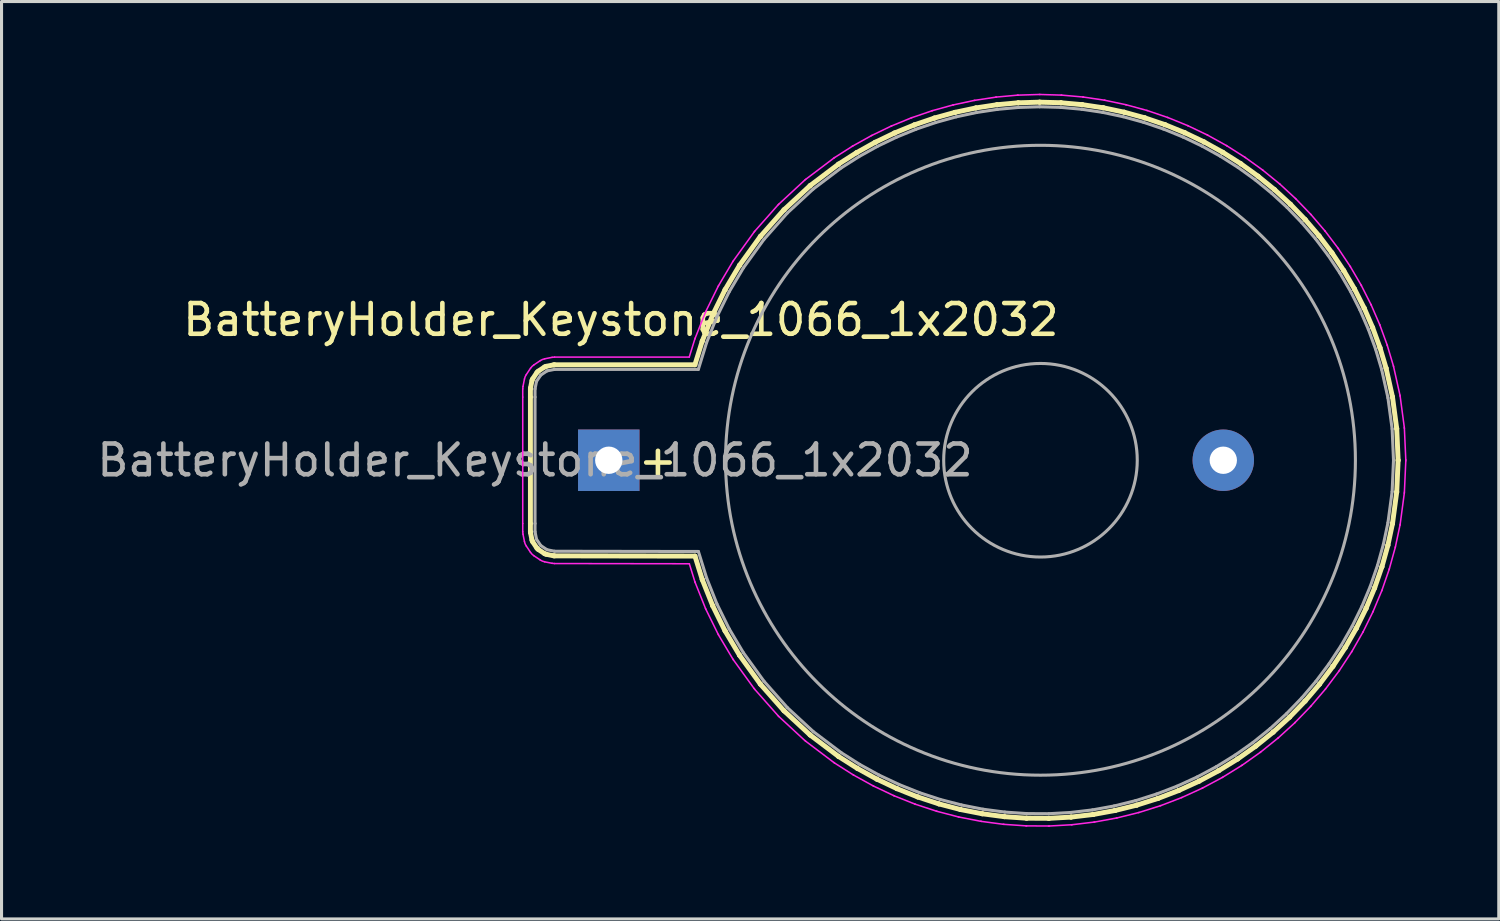
<source format=kicad_pcb>
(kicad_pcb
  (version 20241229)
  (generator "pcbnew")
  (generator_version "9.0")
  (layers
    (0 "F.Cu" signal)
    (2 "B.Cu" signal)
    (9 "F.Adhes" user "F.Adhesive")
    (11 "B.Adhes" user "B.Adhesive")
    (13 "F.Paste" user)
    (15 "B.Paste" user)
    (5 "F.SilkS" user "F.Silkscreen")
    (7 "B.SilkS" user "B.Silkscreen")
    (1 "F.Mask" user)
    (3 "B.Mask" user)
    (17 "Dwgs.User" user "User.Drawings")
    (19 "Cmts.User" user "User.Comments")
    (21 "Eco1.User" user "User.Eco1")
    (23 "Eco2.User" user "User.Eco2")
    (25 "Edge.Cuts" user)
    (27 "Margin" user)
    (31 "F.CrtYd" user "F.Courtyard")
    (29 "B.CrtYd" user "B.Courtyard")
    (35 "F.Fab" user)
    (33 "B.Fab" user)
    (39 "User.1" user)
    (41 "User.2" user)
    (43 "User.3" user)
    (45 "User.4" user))
  (footprint "BatteryHolder_Keystone_1066_1x2032"
    (layer "F.Cu")
    (at 14.363 11.929)
    (property "Reference" "BatteryHolder_Keystone_1066_1x2032" (at 2.794 -4.572 0) (layer "F.SilkS") (effects (font (size 1 1) (thickness 0.15))))
    (attr through_hole)
    (fp_line (start -0.15 -2.322) (end -0.15 -2.056) (stroke (width 0.16) (type solid)) (layer "F.SilkS"))
    (fp_line (start -0.15 -2.056) (end -0.15 2.059) (stroke (width 0.16) (type solid)) (layer "F.SilkS"))
    (fp_line (start -0.15 2.059) (end -0.15 2.327) (stroke (width 0.16) (type solid)) (layer "F.SilkS"))
    (fp_line (start -0.147 2.356) (end -0.099 2.599) (stroke (width 0.16) (type solid)) (layer "F.SilkS"))
    (fp_line (start -0.099 -2.595) (end -0.147 -2.352) (stroke (width 0.16) (type solid)) (layer "F.SilkS"))
    (fp_line (start -0.077 2.653) (end 0.061 2.859) (stroke (width 0.16) (type solid)) (layer "F.SilkS"))
    (fp_line (start 0.061 -2.855) (end -0.076 -2.649) (stroke (width 0.16) (type solid)) (layer "F.SilkS"))
    (fp_line (start 0.102 2.9) (end 0.308 3.038) (stroke (width 0.16) (type solid)) (layer "F.SilkS"))
    (fp_line (start 0.309 -3.034) (end 0.103 -2.896) (stroke (width 0.16) (type solid)) (layer "F.SilkS"))
    (fp_line (start 0.362 3.06) (end 0.604 3.109) (stroke (width 0.16) (type solid)) (layer "F.SilkS"))
    (fp_line (start 0.606 -3.104) (end 0.363 -3.056) (stroke (width 0.16) (type solid)) (layer "F.SilkS"))
    (fp_line (start 0.634 3.112) (end 5.206 3.12) (stroke (width 0.16) (type solid)) (layer "F.SilkS"))
    (fp_line (start 5.204 -3.107) (end 0.635 -3.107) (stroke (width 0.16) (type solid)) (layer "F.SilkS"))
    (fp_line (start 5.206 3.12) (end 5.441 3.879) (stroke (width 0.16) (type solid)) (layer "F.SilkS"))
    (fp_line (start 5.439 -3.868) (end 5.204 -3.107) (stroke (width 0.16) (type solid)) (layer "F.SilkS"))
    (fp_line (start 5.445 3.89) (end 5.78 4.73) (stroke (width 0.16) (type solid)) (layer "F.SilkS"))
    (fp_line (start 5.778 -4.722) (end 5.443 -3.879) (stroke (width 0.16) (type solid)) (layer "F.SilkS"))
    (fp_line (start 5.785 4.741) (end 6.184 5.553) (stroke (width 0.16) (type solid)) (layer "F.SilkS"))
    (fp_line (start 6.183 -5.547) (end 5.783 -4.733) (stroke (width 0.16) (type solid)) (layer "F.SilkS"))
    (fp_line (start 6.19 5.563) (end 6.652 6.341) (stroke (width 0.16) (type solid)) (layer "F.SilkS"))
    (fp_line (start 6.652 -6.337) (end 6.189 -5.557) (stroke (width 0.16) (type solid)) (layer "F.SilkS"))
    (fp_line (start 6.659 6.352) (end 7.329 7.28) (stroke (width 0.16) (type solid)) (layer "F.SilkS"))
    (fp_line (start 7.329 -7.276) (end 6.659 -6.348) (stroke (width 0.16) (type solid)) (layer "F.SilkS"))
    (fp_line (start 7.339 7.292) (end 8.097 8.148) (stroke (width 0.16) (type solid)) (layer "F.SilkS"))
    (fp_line (start 8.097 -8.145) (end 7.339 -7.288) (stroke (width 0.16) (type solid)) (layer "F.SilkS"))
    (fp_line (start 8.108 8.159) (end 8.948 8.936) (stroke (width 0.16) (type solid)) (layer "F.SilkS"))
    (fp_line (start 8.948 -8.933) (end 8.108 -8.155) (stroke (width 0.16) (type solid)) (layer "F.SilkS"))
    (fp_line (start 8.959 8.946) (end 9.873 9.636) (stroke (width 0.16) (type solid)) (layer "F.SilkS"))
    (fp_line (start 9.873 -9.632) (end 8.959 -8.942) (stroke (width 0.16) (type solid)) (layer "F.SilkS"))
    (fp_line (start 9.883 9.643) (end 10.487 10.027) (stroke (width 0.16) (type solid)) (layer "F.SilkS"))
    (fp_line (start 10.461 -10.008) (end 9.882 -9.639) (stroke (width 0.16) (type solid)) (layer "F.SilkS"))
    (fp_line (start 10.495 10.031) (end 11.121 10.377) (stroke (width 0.16) (type solid)) (layer "F.SilkS"))
    (fp_line (start 11.068 -10.346) (end 10.469 -10.012) (stroke (width 0.16) (type solid)) (layer "F.SilkS"))
    (fp_line (start 11.13 10.381) (end 11.777 10.687) (stroke (width 0.16) (type solid)) (layer "F.SilkS"))
    (fp_line (start 11.694 -10.647) (end 11.076 -10.35) (stroke (width 0.16) (type solid)) (layer "F.SilkS"))
    (fp_line (start 11.785 10.691) (end 12.45 10.956) (stroke (width 0.16) (type solid)) (layer "F.SilkS"))
    (fp_line (start 12.337 -10.911) (end 11.702 -10.651) (stroke (width 0.16) (type solid)) (layer "F.SilkS"))
    (fp_line (start 12.459 10.959) (end 13.138 11.182) (stroke (width 0.16) (type solid)) (layer "F.SilkS"))
    (fp_line (start 12.995 -11.135) (end 12.345 -10.914) (stroke (width 0.16) (type solid)) (layer "F.SilkS"))
    (fp_line (start 13.147 11.185) (end 13.84 11.366) (stroke (width 0.16) (type solid)) (layer "F.SilkS"))
    (fp_line (start 13.664 -11.321) (end 13.003 -11.138) (stroke (width 0.16) (type solid)) (layer "F.SilkS"))
    (fp_line (start 13.849 11.368) (end 14.551 11.505) (stroke (width 0.16) (type solid)) (layer "F.SilkS"))
    (fp_line (start 14.344 -11.465) (end 13.673 -11.323) (stroke (width 0.16) (type solid)) (layer "F.SilkS"))
    (fp_line (start 14.56 11.506) (end 15.27 11.6) (stroke (width 0.16) (type solid)) (layer "F.SilkS"))
    (fp_line (start 15.031 -11.57) (end 14.353 -11.467) (stroke (width 0.16) (type solid)) (layer "F.SilkS"))
    (fp_line (start 15.279 11.601) (end 15.993 11.65) (stroke (width 0.16) (type solid)) (layer "F.SilkS"))
    (fp_line (start 15.723 -11.633) (end 15.04 -11.571) (stroke (width 0.16) (type solid)) (layer "F.SilkS"))
    (fp_line (start 16.002 11.65) (end 16.718 11.654) (stroke (width 0.16) (type solid)) (layer "F.SilkS"))
    (fp_line (start 16.418 -11.654) (end 15.732 -11.633) (stroke (width 0.16) (type solid)) (layer "F.SilkS"))
    (fp_line (start 16.727 11.654) (end 17.442 11.614) (stroke (width 0.16) (type solid)) (layer "F.SilkS"))
    (fp_line (start 17.112 -11.635) (end 16.426 -11.654) (stroke (width 0.16) (type solid)) (layer "F.SilkS"))
    (fp_line (start 17.451 11.613) (end 18.162 11.529) (stroke (width 0.16) (type solid)) (layer "F.SilkS"))
    (fp_line (start 17.804 -11.573) (end 17.121 -11.634) (stroke (width 0.16) (type solid)) (layer "F.SilkS"))
    (fp_line (start 18.171 11.528) (end 18.875 11.399) (stroke (width 0.16) (type solid)) (layer "F.SilkS"))
    (fp_line (start 18.492 -11.471) (end 17.813 -11.572) (stroke (width 0.16) (type solid)) (layer "F.SilkS"))
    (fp_line (start 18.884 11.397) (end 19.579 11.226) (stroke (width 0.16) (type solid)) (layer "F.SilkS"))
    (fp_line (start 19.172 -11.328) (end 18.5 -11.47) (stroke (width 0.16) (type solid)) (layer "F.SilkS"))
    (fp_line (start 19.588 11.223) (end 20.27 11.008) (stroke (width 0.16) (type solid)) (layer "F.SilkS"))
    (fp_line (start 19.842 -11.145) (end 19.18 -11.326) (stroke (width 0.16) (type solid)) (layer "F.SilkS"))
    (fp_line (start 20.279 11.005) (end 20.947 10.749) (stroke (width 0.16) (type solid)) (layer "F.SilkS"))
    (fp_line (start 20.5 -10.922) (end 19.85 -11.142) (stroke (width 0.16) (type solid)) (layer "F.SilkS"))
    (fp_line (start 20.956 10.745) (end 21.607 10.447) (stroke (width 0.16) (type solid)) (layer "F.SilkS"))
    (fp_line (start 21.144 -10.66) (end 20.508 -10.919) (stroke (width 0.16) (type solid)) (layer "F.SilkS"))
    (fp_line (start 21.615 10.443) (end 22.246 10.106) (stroke (width 0.16) (type solid)) (layer "F.SilkS"))
    (fp_line (start 21.771 -10.361) (end 21.152 -10.657) (stroke (width 0.16) (type solid)) (layer "F.SilkS"))
    (fp_line (start 22.254 10.101) (end 22.863 9.725) (stroke (width 0.16) (type solid)) (layer "F.SilkS"))
    (fp_line (start 22.379 -10.024) (end 21.779 -10.357) (stroke (width 0.16) (type solid)) (layer "F.SilkS"))
    (fp_line (start 22.871 9.72) (end 23.455 9.306) (stroke (width 0.16) (type solid)) (layer "F.SilkS"))
    (fp_line (start 22.966 -9.652) (end 22.386 -10.02) (stroke (width 0.16) (type solid)) (layer "F.SilkS"))
    (fp_line (start 23.462 9.301) (end 24.02 8.852) (stroke (width 0.16) (type solid)) (layer "F.SilkS"))
    (fp_line (start 23.529 -9.246) (end 22.973 -9.647) (stroke (width 0.16) (type solid)) (layer "F.SilkS"))
    (fp_line (start 24.027 8.846) (end 24.555 8.363) (stroke (width 0.16) (type solid)) (layer "F.SilkS"))
    (fp_line (start 24.068 -8.807) (end 23.536 -9.24) (stroke (width 0.16) (type solid)) (layer "F.SilkS"))
    (fp_line (start 24.562 8.357) (end 25.059 7.842) (stroke (width 0.16) (type solid)) (layer "F.SilkS"))
    (fp_line (start 24.579 -8.336) (end 24.074 -8.801) (stroke (width 0.16) (type solid)) (layer "F.SilkS"))
    (fp_line (start 25.061 -7.836) (end 24.585 -8.33) (stroke (width 0.16) (type solid)) (layer "F.SilkS"))
    (fp_line (start 25.065 7.835) (end 25.53 7.291) (stroke (width 0.16) (type solid)) (layer "F.SilkS"))
    (fp_line (start 25.513 -7.308) (end 25.067 -7.829) (stroke (width 0.16) (type solid)) (layer "F.SilkS"))
    (fp_line (start 25.536 7.283) (end 25.965 6.711) (stroke (width 0.16) (type solid)) (layer "F.SilkS"))
    (fp_line (start 25.933 -6.754) (end 25.519 -7.301) (stroke (width 0.16) (type solid)) (layer "F.SilkS"))
    (fp_line (start 25.971 6.704) (end 26.364 6.106) (stroke (width 0.16) (type solid)) (layer "F.SilkS"))
    (fp_line (start 26.318 -6.176) (end 25.938 -6.747) (stroke (width 0.16) (type solid)) (layer "F.SilkS"))
    (fp_line (start 26.369 6.098) (end 26.724 5.477) (stroke (width 0.16) (type solid)) (layer "F.SilkS"))
    (fp_line (start 26.669 -5.576) (end 26.323 -6.168) (stroke (width 0.16) (type solid)) (layer "F.SilkS"))
    (fp_line (start 26.729 5.468) (end 27.045 4.826) (stroke (width 0.16) (type solid)) (layer "F.SilkS"))
    (fp_line (start 26.983 -4.956) (end 26.673 -5.568) (stroke (width 0.16) (type solid)) (layer "F.SilkS"))
    (fp_line (start 27.048 4.818) (end 27.324 4.157) (stroke (width 0.16) (type solid)) (layer "F.SilkS"))
    (fp_line (start 27.26 -4.319) (end 26.987 -4.948) (stroke (width 0.16) (type solid)) (layer "F.SilkS"))
    (fp_line (start 27.327 4.149) (end 27.561 3.472) (stroke (width 0.16) (type solid)) (layer "F.SilkS"))
    (fp_line (start 27.498 -3.666) (end 27.263 -4.31) (stroke (width 0.16) (type solid)) (layer "F.SilkS"))
    (fp_line (start 27.564 3.464) (end 27.755 2.774) (stroke (width 0.16) (type solid)) (layer "F.SilkS"))
    (fp_line (start 27.697 -3) (end 27.501 -3.657) (stroke (width 0.16) (type solid)) (layer "F.SilkS"))
    (fp_line (start 27.758 2.765) (end 27.906 2.065) (stroke (width 0.16) (type solid)) (layer "F.SilkS"))
    (fp_line (start 27.906 -2.063) (end 27.699 -2.99) (stroke (width 0.16) (type solid)) (layer "F.SilkS"))
    (fp_line (start 27.908 2.054) (end 28.043 1.042) (stroke (width 0.16) (type solid)) (layer "F.SilkS"))
    (fp_line (start 28.043 -1.038) (end 27.908 -2.05) (stroke (width 0.16) (type solid)) (layer "F.SilkS"))
    (fp_line (start 28.045 1.028) (end 28.09 0.008) (stroke (width 0.16) (type solid)) (layer "F.SilkS"))
    (fp_line (start 28.09 -0.005) (end 28.045 -1.025) (stroke (width 0.16) (type solid)) (layer "F.SilkS"))
    (fp_arc (start -0.150028 -2.322745) (mid -0.149233 -2.337447) (end -0.147 -2.352) (stroke (width 0.16) (type solid)) (layer "F.SilkS"))
    (fp_arc (start -0.147124 2.356233) (mid -0.149279 2.341687) (end -0.15 2.327) (stroke (width 0.16) (type solid)) (layer "F.SilkS"))
    (fp_arc (start -0.098706 -2.595153) (mid -0.090005 -2.623195) (end -0.076 -2.649) (stroke (width 0.16) (type solid)) (layer "F.SilkS"))
    (fp_arc (start -0.076747 2.652995) (mid -0.09053 2.627092) (end -0.099 2.599) (stroke (width 0.16) (type solid)) (layer "F.SilkS"))
    (fp_arc (start 0.061483 -2.854722) (mid 0.080209 -2.877405) (end 0.103 -2.896) (stroke (width 0.16) (type solid)) (layer "F.SilkS"))
    (fp_arc (start 0.102226 2.900482) (mid 0.079573 2.881769) (end 0.061 2.859) (stroke (width 0.16) (type solid)) (layer "F.SilkS"))
    (fp_arc (start 0.308953 -3.033712) (mid 0.334879 -3.047517) (end 0.363 -3.056) (stroke (width 0.16) (type solid)) (layer "F.SilkS"))
    (fp_arc (start 0.362092 3.060236) (mid 0.333952 3.051779) (end 0.308 3.038) (stroke (width 0.16) (type solid)) (layer "F.SilkS"))
    (fp_arc (start 0.605736 -3.104118) (mid 0.620297 -3.106278) (end 0.635 -3.107) (stroke (width 0.16) (type solid)) (layer "F.SilkS"))
    (fp_arc (start 0.633223 3.112028) (mid 0.618537 3.111231) (end 0.604 3.109) (stroke (width 0.16) (type solid)) (layer "F.SilkS"))
    (fp_arc (start 5.439099 -3.86788) (mid 5.44094 -3.873479) (end 5.443 -3.879) (stroke (width 0.16) (type solid)) (layer "F.SilkS"))
    (fp_arc (start 5.44498 3.890174) (mid 5.44288 3.884626) (end 5.441 3.879) (stroke (width 0.16) (type solid)) (layer "F.SilkS"))
    (fp_arc (start 5.778217 -4.722239) (mid 5.780502 -4.727667) (end 5.783 -4.733) (stroke (width 0.16) (type solid)) (layer "F.SilkS"))
    (fp_arc (start 5.784751 4.74075) (mid 5.78227 4.735422) (end 5.78 4.73) (stroke (width 0.16) (type solid)) (layer "F.SilkS"))
    (fp_arc (start 6.183414 -5.546602) (mid 6.186104 -5.551856) (end 6.189 -5.557) (stroke (width 0.16) (type solid)) (layer "F.SilkS"))
    (fp_arc (start 6.189681 5.563399) (mid 6.186738 5.558255) (end 6.184 5.553) (stroke (width 0.16) (type solid)) (layer "F.SilkS"))
    (fp_arc (start 6.651647 -6.336784) (mid 6.655198 -6.342474) (end 6.659 -6.348) (stroke (width 0.16) (type solid)) (layer "F.SilkS"))
    (fp_arc (start 6.659362 6.352171) (mid 6.655557 6.346667) (end 6.652 6.341) (stroke (width 0.16) (type solid)) (layer "F.SilkS"))
    (fp_arc (start 7.329619 -7.276378) (mid 7.334165 -7.282306) (end 7.339 -7.288) (stroke (width 0.16) (type solid)) (layer "F.SilkS"))
    (fp_arc (start 7.338347 7.291686) (mid 7.333528 7.285959) (end 7.329 7.28) (stroke (width 0.16) (type solid)) (layer "F.SilkS"))
    (fp_arc (start 8.097576 -8.144322) (mid 8.102655 -8.149791) (end 8.108 -8.155) (stroke (width 0.16) (type solid)) (layer "F.SilkS"))
    (fp_arc (start 8.107395 8.158737) (mid 8.102064 8.153498) (end 8.097 8.148) (stroke (width 0.16) (type solid)) (layer "F.SilkS"))
    (fp_arc (start 8.947627 -8.93237) (mid 8.953194 -8.937327) (end 8.959 -8.942) (stroke (width 0.16) (type solid)) (layer "F.SilkS"))
    (fp_arc (start 8.959434 8.94559) (mid 8.953598 8.940937) (end 8.948 8.936) (stroke (width 0.16) (type solid)) (layer "F.SilkS"))
    (fp_arc (start 9.872241 -9.632163) (mid 9.877052 -9.635679) (end 9.882 -9.639) (stroke (width 0.16) (type solid)) (layer "F.SilkS"))
    (fp_arc (start 9.882987 9.642877) (mid 9.877924 9.639539) (end 9.873 9.636) (stroke (width 0.16) (type solid)) (layer "F.SilkS"))
    (fp_arc (start 10.461324 -10.007418) (mid 10.465128 -10.009766) (end 10.469 -10.012) (stroke (width 0.16) (type solid)) (layer "F.SilkS"))
    (fp_arc (start 10.495049 10.031727) (mid 10.490988 10.029426) (end 10.487 10.027) (stroke (width 0.16) (type solid)) (layer "F.SilkS"))
    (fp_arc (start 11.068071 -10.345887) (mid 11.072005 -10.348003) (end 11.076 -10.35) (stroke (width 0.16) (type solid)) (layer "F.SilkS"))
    (fp_arc (start 11.129285 10.381285) (mid 11.125109 10.379207) (end 11.121 10.377) (stroke (width 0.16) (type solid)) (layer "F.SilkS"))
    (fp_arc (start 11.693819 -10.647357) (mid 11.697882 -10.64924) (end 11.702 -10.651) (stroke (width 0.16) (type solid)) (layer "F.SilkS"))
    (fp_arc (start 11.785578 10.690715) (mid 11.78126 10.688924) (end 11.777 10.687) (stroke (width 0.16) (type solid)) (layer "F.SilkS"))
    (fp_arc (start 12.336626 -10.910828) (mid 12.340789 -10.912476) (end 12.345 -10.914) (stroke (width 0.16) (type solid)) (layer "F.SilkS"))
    (fp_arc (start 12.458747 10.95915) (mid 12.454349 10.957643) (end 12.45 10.956) (stroke (width 0.16) (type solid)) (layer "F.SilkS"))
    (fp_arc (start 12.994431 -11.135359) (mid 12.998696 -11.136743) (end 13.003 -11.138) (stroke (width 0.16) (type solid)) (layer "F.SilkS"))
    (fp_arc (start 13.146918 11.184647) (mid 13.142438 11.183393) (end 13.138 11.182) (stroke (width 0.16) (type solid)) (layer "F.SilkS"))
    (fp_arc (start 13.664296 -11.320892) (mid 13.668632 -11.322011) (end 13.673 -11.323) (stroke (width 0.16) (type solid)) (layer "F.SilkS"))
    (fp_arc (start 13.849149 11.36808) (mid 13.844558 11.367111) (end 13.84 11.366) (stroke (width 0.16) (type solid)) (layer "F.SilkS"))
    (fp_arc (start 14.34422 -11.465426) (mid 14.348598 -11.466278) (end 14.353 -11.467) (stroke (width 0.16) (type solid)) (layer "F.SilkS"))
    (fp_arc (start 14.560194 11.506518) (mid 14.555585 11.50583) (end 14.551 11.505) (stroke (width 0.16) (type solid)) (layer "F.SilkS"))
    (fp_arc (start 15.031085 -11.569959) (mid 15.035535 -11.570546) (end 15.04 -11.571) (stroke (width 0.16) (type solid)) (layer "F.SilkS"))
    (fp_arc (start 15.279299 11.600893) (mid 15.274643 11.600519) (end 15.27 11.6) (stroke (width 0.16) (type solid)) (layer "F.SilkS"))
    (fp_arc (start 15.723071 -11.632436) (mid 15.727531 -11.632785) (end 15.732 -11.633) (stroke (width 0.16) (type solid)) (layer "F.SilkS"))
    (fp_arc (start 16.002344 11.650332) (mid 15.997669 11.650239) (end 15.993 11.65) (stroke (width 0.16) (type solid)) (layer "F.SilkS"))
    (fp_arc (start 16.417055 -11.653972) (mid 16.421527 -11.654053) (end 16.426 -11.654) (stroke (width 0.16) (type solid)) (layer "F.SilkS"))
    (fp_arc (start 16.727326 11.653772) (mid 16.722665 11.653958) (end 16.718 11.654) (stroke (width 0.16) (type solid)) (layer "F.SilkS"))
    (fp_arc (start 17.112099 -11.63451) (mid 17.116553 -11.634321) (end 17.121 -11.634) (stroke (width 0.16) (type solid)) (layer "F.SilkS"))
    (fp_arc (start 17.451309 11.613213) (mid 17.446661 11.613679) (end 17.442 11.614) (stroke (width 0.16) (type solid)) (layer "F.SilkS"))
    (fp_arc (start 17.804142 -11.573048) (mid 17.808579 -11.57259) (end 17.813 -11.572) (stroke (width 0.16) (type solid)) (layer "F.SilkS"))
    (fp_arc (start 18.171228 11.527593) (mid 18.166625 11.528368) (end 18.162 11.529) (stroke (width 0.16) (type solid)) (layer "F.SilkS"))
    (fp_arc (start 18.491188 -11.471526) (mid 18.495605 -11.470829) (end 18.5 -11.47) (stroke (width 0.16) (type solid)) (layer "F.SilkS"))
    (fp_arc (start 18.884086 11.397037) (mid 18.879558 11.398089) (end 18.875 11.399) (stroke (width 0.16) (type solid)) (layer "F.SilkS"))
    (fp_arc (start 19.171291 -11.328066) (mid 19.175661 -11.327098) (end 19.18 -11.326) (stroke (width 0.16) (type solid)) (layer "F.SilkS"))
    (fp_arc (start 19.588006 11.22348) (mid 19.583523 11.22481) (end 19.579 11.226) (stroke (width 0.16) (type solid)) (layer "F.SilkS"))
    (fp_arc (start 19.841454 -11.144608) (mid 19.845746 -11.143368) (end 19.85 -11.142) (stroke (width 0.16) (type solid)) (layer "F.SilkS"))
    (fp_arc (start 20.278802 11.004926) (mid 20.274425 11.006531) (end 20.27 11.008) (stroke (width 0.16) (type solid)) (layer "F.SilkS"))
    (fp_arc (start 20.499618 -10.92209) (mid 20.503832 -10.920608) (end 20.508 -10.919) (stroke (width 0.16) (type solid)) (layer "F.SilkS"))
    (fp_arc (start 20.955598 10.745372) (mid 20.951327 10.747253) (end 20.947 10.749) (stroke (width 0.16) (type solid)) (layer "F.SilkS"))
    (fp_arc (start 21.143781 -10.660631) (mid 21.147917 -10.658877) (end 21.152 -10.657) (stroke (width 0.16) (type solid)) (layer "F.SilkS"))
    (fp_arc (start 21.615332 10.442821) (mid 21.611199 10.444975) (end 21.607 10.447) (stroke (width 0.16) (type solid)) (layer "F.SilkS"))
    (fp_arc (start 21.771005 -10.361115) (mid 21.775033 -10.359117) (end 21.779 -10.357) (stroke (width 0.16) (type solid)) (layer "F.SilkS"))
    (fp_arc (start 22.25413 10.101329) (mid 22.250101 10.103728) (end 22.246 10.106) (stroke (width 0.16) (type solid)) (layer "F.SilkS"))
    (fp_arc (start 22.378291 -10.024541) (mid 22.382179 -10.022328) (end 22.386 -10.02) (stroke (width 0.16) (type solid)) (layer "F.SilkS"))
    (fp_arc (start 22.870804 9.719842) (mid 22.866942 9.722482) (end 22.863 9.725) (stroke (width 0.16) (type solid)) (layer "F.SilkS"))
    (fp_arc (start 22.965634 -9.652029) (mid 22.969355 -9.64957) (end 22.973 -9.647) (stroke (width 0.16) (type solid)) (layer "F.SilkS"))
    (fp_arc (start 23.462416 9.300356) (mid 23.458752 9.303236) (end 23.455 9.306) (stroke (width 0.16) (type solid)) (layer "F.SilkS"))
    (fp_arc (start 23.528919 -9.245454) (mid 23.5325 -9.24278) (end 23.536 -9.24) (stroke (width 0.16) (type solid)) (layer "F.SilkS"))
    (fp_arc (start 24.027089 8.845868) (mid 24.023592 8.848989) (end 24.02 8.852) (stroke (width 0.16) (type solid)) (layer "F.SilkS"))
    (fp_arc (start 24.067207 -8.806821) (mid 24.070647 -8.803961) (end 24.074 -8.801) (stroke (width 0.16) (type solid)) (layer "F.SilkS"))
    (fp_arc (start 24.561705 8.356507) (mid 24.558403 8.359806) (end 24.555 8.363) (stroke (width 0.16) (type solid)) (layer "F.SilkS"))
    (fp_arc (start 24.578611 -8.33625) (mid 24.581852 -8.333172) (end 24.585 -8.33) (stroke (width 0.16) (type solid)) (layer "F.SilkS"))
    (fp_arc (start 25.061018 -7.83562) (mid 25.064058 -7.832355) (end 25.067 -7.829) (stroke (width 0.16) (type solid)) (layer "F.SilkS"))
    (fp_arc (start 25.065256 7.835085) (mid 25.062182 7.838591) (end 25.059 7.842) (stroke (width 0.16) (type solid)) (layer "F.SilkS"))
    (fp_arc (start 25.513365 -7.307989) (mid 25.516235 -7.304537) (end 25.519 -7.301) (stroke (width 0.16) (type solid)) (layer "F.SilkS"))
    (fp_arc (start 25.535872 7.283724) (mid 25.532993 7.287408) (end 25.53 7.291) (stroke (width 0.16) (type solid)) (layer "F.SilkS"))
    (fp_arc (start 25.932773 -6.754299) (mid 25.935441 -6.750689) (end 25.938 -6.747) (stroke (width 0.16) (type solid)) (layer "F.SilkS"))
    (fp_arc (start 25.970363 6.703366) (mid 25.967741 6.707225) (end 25.965 6.711) (stroke (width 0.16) (type solid)) (layer "F.SilkS"))
    (fp_arc (start 26.3183 -6.175613) (mid 26.320707 -6.171842) (end 26.323 -6.168) (stroke (width 0.16) (type solid)) (layer "F.SilkS"))
    (fp_arc (start 26.368918 6.098069) (mid 26.366521 6.102073) (end 26.364 6.106) (stroke (width 0.16) (type solid)) (layer "F.SilkS"))
    (fp_arc (start 26.66871 -5.575864) (mid 26.670914 -5.571964) (end 26.673 -5.568) (stroke (width 0.16) (type solid)) (layer "F.SilkS"))
    (fp_arc (start 26.728411 5.468774) (mid 26.72627 5.472921) (end 26.724 5.477) (stroke (width 0.16) (type solid)) (layer "F.SilkS"))
    (fp_arc (start 26.98318 -4.956116) (mid 26.985151 -4.952087) (end 26.987 -4.948) (stroke (width 0.16) (type solid)) (layer "F.SilkS"))
    (fp_arc (start 27.048842 4.81748) (mid 27.046987 4.82177) (end 27.045 4.826) (stroke (width 0.16) (type solid)) (layer "F.SilkS"))
    (fp_arc (start 27.259711 -4.318311) (mid 27.261418 -4.31418) (end 27.263 -4.31) (stroke (width 0.16) (type solid)) (layer "F.SilkS"))
    (fp_arc (start 27.327276 4.148311) (mid 27.325705 4.152681) (end 27.324 4.157) (stroke (width 0.16) (type solid)) (layer "F.SilkS"))
    (fp_arc (start 27.498242 -3.665506) (mid 27.499685 -3.661274) (end 27.501 -3.657) (stroke (width 0.16) (type solid)) (layer "F.SilkS"))
    (fp_arc (start 27.563771 3.463078) (mid 27.562455 3.46756) (end 27.561 3.472) (stroke (width 0.16) (type solid)) (layer "F.SilkS"))
    (fp_arc (start 27.696287 -3.000287) (mid 27.697735 -2.995168) (end 27.699 -2.99) (stroke (width 0.16) (type solid)) (layer "F.SilkS"))
    (fp_arc (start 27.757208 2.764971) (mid 27.756174 2.769503) (end 27.755 2.774) (stroke (width 0.16) (type solid)) (layer "F.SilkS"))
    (fp_arc (start 27.905743 -2.062675) (mid 27.907008 -2.056362) (end 27.908 -2.05) (stroke (width 0.16) (type solid)) (layer "F.SilkS"))
    (fp_arc (start 27.907919 2.053826) (mid 27.907065 2.059431) (end 27.906 2.065) (stroke (width 0.16) (type solid)) (layer "F.SilkS"))
    (fp_arc (start 28.043789 -1.03827) (mid 28.044542 -1.031648) (end 28.045 -1.025) (stroke (width 0.16) (type solid)) (layer "F.SilkS"))
    (fp_arc (start 28.04419 1.028801) (mid 28.043741 1.035414) (end 28.043 1.042) (stroke (width 0.16) (type solid)) (layer "F.SilkS"))
    (fp_arc (start 28.089941 -0.005321) (mid 28.090118 0.001339) (end 28.09 0.008) (stroke (width 0.16) (type solid)) (layer "F.SilkS"))
    (fp_line (start -0.4 -2.322) (end -0.4 -2.056) (stroke (width 0.05) (type solid)) (layer "F.CrtYd"))
    (fp_line (start -0.4 -2.056) (end -0.4 2.059) (stroke (width 0.05) (type solid)) (layer "F.CrtYd"))
    (fp_line (start -0.4 2.059) (end -0.4 2.327) (stroke (width 0.05) (type solid)) (layer "F.CrtYd"))
    (fp_line (start -0.392 2.405) (end -0.344 2.648) (stroke (width 0.05) (type solid)) (layer "F.CrtYd"))
    (fp_line (start -0.344 -2.643) (end -0.392 -2.4) (stroke (width 0.05) (type solid)) (layer "F.CrtYd"))
    (fp_line (start -0.284 2.792) (end -0.147 2.998) (stroke (width 0.05) (type solid)) (layer "F.CrtYd"))
    (fp_line (start -0.147 -2.994) (end -0.284 -2.788) (stroke (width 0.05) (type solid)) (layer "F.CrtYd"))
    (fp_line (start -0.037 3.108) (end 0.169 3.246) (stroke (width 0.05) (type solid)) (layer "F.CrtYd"))
    (fp_line (start 0.17 -3.242) (end -0.036 -3.104) (stroke (width 0.05) (type solid)) (layer "F.CrtYd"))
    (fp_line (start 0.313 3.306) (end 0.555 3.354) (stroke (width 0.05) (type solid)) (layer "F.CrtYd"))
    (fp_line (start 0.557 -3.35) (end 0.314 -3.301) (stroke (width 0.05) (type solid)) (layer "F.CrtYd"))
    (fp_line (start 0.633 3.362) (end 5.022 3.369) (stroke (width 0.05) (type solid)) (layer "F.CrtYd"))
    (fp_line (start 5.019 -3.357) (end 0.635 -3.357) (stroke (width 0.05) (type solid)) (layer "F.CrtYd"))
    (fp_line (start 5.022 3.369) (end 5.202 3.952) (stroke (width 0.05) (type solid)) (layer "F.CrtYd"))
    (fp_line (start 5.2 -3.942) (end 5.019 -3.357) (stroke (width 0.05) (type solid)) (layer "F.CrtYd"))
    (fp_line (start 5.213 3.982) (end 5.548 4.823) (stroke (width 0.05) (type solid)) (layer "F.CrtYd"))
    (fp_line (start 5.546 -4.815) (end 5.211 -3.972) (stroke (width 0.05) (type solid)) (layer "F.CrtYd"))
    (fp_line (start 5.56 4.851) (end 5.96 5.663) (stroke (width 0.05) (type solid)) (layer "F.CrtYd"))
    (fp_line (start 5.959 -5.657) (end 5.558 -4.843) (stroke (width 0.05) (type solid)) (layer "F.CrtYd"))
    (fp_line (start 5.975 5.691) (end 6.437 6.468) (stroke (width 0.05) (type solid)) (layer "F.CrtYd"))
    (fp_line (start 6.437 -6.465) (end 5.974 -5.685) (stroke (width 0.05) (type solid)) (layer "F.CrtYd"))
    (fp_line (start 6.457 6.498) (end 7.127 7.426) (stroke (width 0.05) (type solid)) (layer "F.CrtYd"))
    (fp_line (start 7.127 -7.423) (end 6.457 -6.495) (stroke (width 0.05) (type solid)) (layer "F.CrtYd"))
    (fp_line (start 7.151 7.457) (end 7.91 8.314) (stroke (width 0.05) (type solid)) (layer "F.CrtYd"))
    (fp_line (start 7.91 -8.311) (end 7.151 -7.454) (stroke (width 0.05) (type solid)) (layer "F.CrtYd"))
    (fp_line (start 7.938 8.343) (end 8.778 9.12) (stroke (width 0.05) (type solid)) (layer "F.CrtYd"))
    (fp_line (start 8.778 -9.116) (end 7.938 -8.339) (stroke (width 0.05) (type solid)) (layer "F.CrtYd"))
    (fp_line (start 8.809 9.145) (end 9.722 9.835) (stroke (width 0.05) (type solid)) (layer "F.CrtYd"))
    (fp_line (start 9.722 -9.832) (end 8.809 -9.142) (stroke (width 0.05) (type solid)) (layer "F.CrtYd"))
    (fp_line (start 9.749 9.854) (end 10.353 10.238) (stroke (width 0.05) (type solid)) (layer "F.CrtYd"))
    (fp_line (start 10.327 -10.219) (end 9.748 -9.85) (stroke (width 0.05) (type solid)) (layer "F.CrtYd"))
    (fp_line (start 10.374 10.25) (end 11.001 10.596) (stroke (width 0.05) (type solid)) (layer "F.CrtYd"))
    (fp_line (start 10.946 -10.564) (end 10.347 -10.231) (stroke (width 0.05) (type solid)) (layer "F.CrtYd"))
    (fp_line (start 11.023 10.607) (end 11.67 10.913) (stroke (width 0.05) (type solid)) (layer "F.CrtYd"))
    (fp_line (start 11.586 -10.873) (end 10.968 -10.575) (stroke (width 0.05) (type solid)) (layer "F.CrtYd"))
    (fp_line (start 11.692 10.923) (end 12.357 11.188) (stroke (width 0.05) (type solid)) (layer "F.CrtYd"))
    (fp_line (start 12.242 -11.142) (end 11.608 -10.882) (stroke (width 0.05) (type solid)) (layer "F.CrtYd"))
    (fp_line (start 12.381 11.197) (end 13.06 11.42) (stroke (width 0.05) (type solid)) (layer "F.CrtYd"))
    (fp_line (start 12.914 -11.372) (end 12.265 -11.15) (stroke (width 0.05) (type solid)) (layer "F.CrtYd"))
    (fp_line (start 13.084 11.427) (end 13.777 11.608) (stroke (width 0.05) (type solid)) (layer "F.CrtYd"))
    (fp_line (start 13.598 -11.562) (end 12.937 -11.379) (stroke (width 0.05) (type solid)) (layer "F.CrtYd"))
    (fp_line (start 13.801 11.613) (end 14.503 11.75) (stroke (width 0.05) (type solid)) (layer "F.CrtYd"))
    (fp_line (start 14.292 -11.71) (end 13.621 -11.567) (stroke (width 0.05) (type solid)) (layer "F.CrtYd"))
    (fp_line (start 14.528 11.754) (end 15.237 11.848) (stroke (width 0.05) (type solid)) (layer "F.CrtYd"))
    (fp_line (start 14.994 -11.817) (end 14.315 -11.714) (stroke (width 0.05) (type solid)) (layer "F.CrtYd"))
    (fp_line (start 15.262 11.85) (end 15.976 11.899) (stroke (width 0.05) (type solid)) (layer "F.CrtYd"))
    (fp_line (start 15.7 -11.882) (end 15.017 -11.82) (stroke (width 0.05) (type solid)) (layer "F.CrtYd"))
    (fp_line (start 16.001 11.9) (end 16.716 11.904) (stroke (width 0.05) (type solid)) (layer "F.CrtYd"))
    (fp_line (start 16.41 -11.904) (end 15.724 -11.883) (stroke (width 0.05) (type solid)) (layer "F.CrtYd"))
    (fp_line (start 16.741 11.904) (end 17.456 11.864) (stroke (width 0.05) (type solid)) (layer "F.CrtYd"))
    (fp_line (start 17.119 -11.884) (end 16.434 -11.904) (stroke (width 0.05) (type solid)) (layer "F.CrtYd"))
    (fp_line (start 17.481 11.862) (end 18.191 11.777) (stroke (width 0.05) (type solid)) (layer "F.CrtYd"))
    (fp_line (start 17.826 -11.823) (end 17.143 -11.883) (stroke (width 0.05) (type solid)) (layer "F.CrtYd"))
    (fp_line (start 18.216 11.774) (end 18.92 11.645) (stroke (width 0.05) (type solid)) (layer "F.CrtYd"))
    (fp_line (start 18.529 -11.719) (end 17.85 -11.82) (stroke (width 0.05) (type solid)) (layer "F.CrtYd"))
    (fp_line (start 18.944 11.64) (end 19.639 11.468) (stroke (width 0.05) (type solid)) (layer "F.CrtYd"))
    (fp_line (start 19.223 -11.573) (end 18.552 -11.714) (stroke (width 0.05) (type solid)) (layer "F.CrtYd"))
    (fp_line (start 19.663 11.462) (end 20.345 11.247) (stroke (width 0.05) (type solid)) (layer "F.CrtYd"))
    (fp_line (start 19.908 -11.386) (end 19.246 -11.567) (stroke (width 0.05) (type solid)) (layer "F.CrtYd"))
    (fp_line (start 20.369 11.239) (end 21.037 10.982) (stroke (width 0.05) (type solid)) (layer "F.CrtYd"))
    (fp_line (start 20.58 -11.159) (end 19.931 -11.379) (stroke (width 0.05) (type solid)) (layer "F.CrtYd"))
    (fp_line (start 21.06 10.972) (end 21.711 10.675) (stroke (width 0.05) (type solid)) (layer "F.CrtYd"))
    (fp_line (start 21.238 -10.892) (end 20.603 -11.151) (stroke (width 0.05) (type solid)) (layer "F.CrtYd"))
    (fp_line (start 21.733 10.664) (end 22.364 10.326) (stroke (width 0.05) (type solid)) (layer "F.CrtYd"))
    (fp_line (start 21.879 -10.586) (end 21.26 -10.882) (stroke (width 0.05) (type solid)) (layer "F.CrtYd"))
    (fp_line (start 22.385 10.314) (end 22.994 9.937) (stroke (width 0.05) (type solid)) (layer "F.CrtYd"))
    (fp_line (start 22.5 -10.243) (end 21.9 -10.575) (stroke (width 0.05) (type solid)) (layer "F.CrtYd"))
    (fp_line (start 23.015 9.924) (end 23.599 9.51) (stroke (width 0.05) (type solid)) (layer "F.CrtYd"))
    (fp_line (start 23.1 -9.863) (end 22.52 -10.231) (stroke (width 0.05) (type solid)) (layer "F.CrtYd"))
    (fp_line (start 23.619 9.495) (end 24.176 9.046) (stroke (width 0.05) (type solid)) (layer "F.CrtYd"))
    (fp_line (start 23.676 -9.449) (end 23.119 -9.85) (stroke (width 0.05) (type solid)) (layer "F.CrtYd"))
    (fp_line (start 24.195 9.03) (end 24.724 8.548) (stroke (width 0.05) (type solid)) (layer "F.CrtYd"))
    (fp_line (start 24.226 -9) (end 23.694 -9.434) (stroke (width 0.05) (type solid)) (layer "F.CrtYd"))
    (fp_line (start 24.741 8.53) (end 25.239 8.016) (stroke (width 0.05) (type solid)) (layer "F.CrtYd"))
    (fp_line (start 24.748 -8.52) (end 24.244 -8.985) (stroke (width 0.05) (type solid)) (layer "F.CrtYd"))
    (fp_line (start 25.241 -8.009) (end 24.765 -8.503) (stroke (width 0.05) (type solid)) (layer "F.CrtYd"))
    (fp_line (start 25.256 7.997) (end 25.72 7.453) (stroke (width 0.05) (type solid)) (layer "F.CrtYd"))
    (fp_line (start 25.703 -7.47) (end 25.257 -7.992) (stroke (width 0.05) (type solid)) (layer "F.CrtYd"))
    (fp_line (start 25.735 7.434) (end 26.165 6.861) (stroke (width 0.05) (type solid)) (layer "F.CrtYd"))
    (fp_line (start 26.132 -6.905) (end 25.718 -7.452) (stroke (width 0.05) (type solid)) (layer "F.CrtYd"))
    (fp_line (start 26.179 6.841) (end 26.573 6.243) (stroke (width 0.05) (type solid)) (layer "F.CrtYd"))
    (fp_line (start 26.526 -6.315) (end 26.146 -6.885) (stroke (width 0.05) (type solid)) (layer "F.CrtYd"))
    (fp_line (start 26.586 6.222) (end 26.941 5.601) (stroke (width 0.05) (type solid)) (layer "F.CrtYd"))
    (fp_line (start 26.885 -5.702) (end 26.539 -6.294) (stroke (width 0.05) (type solid)) (layer "F.CrtYd"))
    (fp_line (start 26.953 5.579) (end 27.269 4.937) (stroke (width 0.05) (type solid)) (layer "F.CrtYd"))
    (fp_line (start 27.206 -5.069) (end 26.896 -5.681) (stroke (width 0.05) (type solid)) (layer "F.CrtYd"))
    (fp_line (start 27.279 4.914) (end 27.555 4.254) (stroke (width 0.05) (type solid)) (layer "F.CrtYd"))
    (fp_line (start 27.489 -4.418) (end 27.216 -5.048) (stroke (width 0.05) (type solid)) (layer "F.CrtYd"))
    (fp_line (start 27.564 4.23) (end 27.798 3.554) (stroke (width 0.05) (type solid)) (layer "F.CrtYd"))
    (fp_line (start 27.733 -3.752) (end 27.498 -4.396) (stroke (width 0.05) (type solid)) (layer "F.CrtYd"))
    (fp_line (start 27.805 3.53) (end 27.996 2.841) (stroke (width 0.05) (type solid)) (layer "F.CrtYd"))
    (fp_line (start 27.936 -3.072) (end 27.74 -3.729) (stroke (width 0.05) (type solid)) (layer "F.CrtYd"))
    (fp_line (start 28.002 2.817) (end 28.15 2.117) (stroke (width 0.05) (type solid)) (layer "F.CrtYd"))
    (fp_line (start 28.15 -2.117) (end 27.943 -3.044) (stroke (width 0.05) (type solid)) (layer "F.CrtYd"))
    (fp_line (start 28.156 2.087) (end 28.291 1.075) (stroke (width 0.05) (type solid)) (layer "F.CrtYd"))
    (fp_line (start 28.291 -1.071) (end 28.156 -2.083) (stroke (width 0.05) (type solid)) (layer "F.CrtYd"))
    (fp_line (start 28.294 1.04) (end 28.34 0.02) (stroke (width 0.05) (type solid)) (layer "F.CrtYd"))
    (fp_line (start 28.34 -0.016) (end 28.294 -1.036) (stroke (width 0.05) (type solid)) (layer "F.CrtYd"))
    (fp_arc (start -0.399685 -2.322026) (mid -0.397758 -2.361202) (end -0.392 -2.4) (stroke (width 0.05) (type solid)) (layer "F.CrtYd"))
    (fp_arc (start -0.39233 2.404954) (mid -0.398078 2.366165) (end -0.4 2.327) (stroke (width 0.05) (type solid)) (layer "F.CrtYd"))
    (fp_arc (start -0.344066 -2.643974) (mid -0.321125 -2.718945) (end -0.284 -2.788) (stroke (width 0.05) (type solid)) (layer "F.CrtYd"))
    (fp_arc (start -0.284404 2.791935) (mid -0.321282 2.722899) (end -0.344 2.648) (stroke (width 0.05) (type solid)) (layer "F.CrtYd"))
    (fp_arc (start -0.146535 -2.993696) (mid -0.0967 -3.054291) (end -0.036 -3.104) (stroke (width 0.05) (type solid)) (layer "F.CrtYd"))
    (fp_arc (start -0.036835 3.108442) (mid -0.097351 3.05864) (end -0.147 2.998) (stroke (width 0.05) (type solid)) (layer "F.CrtYd"))
    (fp_arc (start 0.169925 -3.241311) (mid 0.239023 -3.278251) (end 0.314 -3.301) (stroke (width 0.05) (type solid)) (layer "F.CrtYd"))
    (fp_arc (start 0.313168 3.305575) (mid 0.238153 3.28288) (end 0.169 3.246) (stroke (width 0.05) (type solid)) (layer "F.CrtYd"))
    (fp_arc (start 0.556964 -3.349314) (mid 0.595793 -3.355074) (end 0.635 -3.357) (stroke (width 0.05) (type solid)) (layer "F.CrtYd"))
    (fp_arc (start 0.63291 3.36188) (mid 0.593762 3.359852) (end 0.555 3.354) (stroke (width 0.05) (type solid)) (layer "F.CrtYd"))
    (fp_arc (start 5.200495 -3.942316) (mid 5.205455 -3.957261) (end 5.211 -3.972) (stroke (width 0.05) (type solid)) (layer "F.CrtYd"))
    (fp_arc (start 5.212454 3.981725) (mid 5.206935 3.966965) (end 5.202 3.952) (stroke (width 0.05) (type solid)) (layer "F.CrtYd"))
    (fp_arc (start 5.545252 -4.814174) (mid 5.551342 -4.828713) (end 5.558 -4.843) (stroke (width 0.05) (type solid)) (layer "F.CrtYd"))
    (fp_arc (start 5.560774 4.85169) (mid 5.554105 4.837471) (end 5.548 4.823) (stroke (width 0.05) (type solid)) (layer "F.CrtYd"))
    (fp_arc (start 5.958999 -5.657268) (mid 5.966226 -5.671282) (end 5.974 -5.685) (stroke (width 0.05) (type solid)) (layer "F.CrtYd"))
    (fp_arc (start 5.975015 5.690657) (mid 5.967235 5.676976) (end 5.96 5.663) (stroke (width 0.05) (type solid)) (layer "F.CrtYd"))
    (fp_arc (start 6.437357 -6.465208) (mid 6.446846 -6.480323) (end 6.457 -6.495) (stroke (width 0.05) (type solid)) (layer "F.CrtYd"))
    (fp_arc (start 6.456513 6.497795) (mid 6.446425 6.483115) (end 6.437 6.468) (stroke (width 0.05) (type solid)) (layer "F.CrtYd"))
    (fp_arc (start 7.126056 -7.422878) (mid 7.138141 -7.438749) (end 7.151 -7.454) (stroke (width 0.05) (type solid)) (layer "F.CrtYd"))
    (fp_arc (start 7.151852 7.457033) (mid 7.13904 7.441826) (end 7.127 7.426) (stroke (width 0.05) (type solid)) (layer "F.CrtYd"))
    (fp_arc (start 7.910136 -8.310521) (mid 7.923714 -8.325107) (end 7.938 -8.339) (stroke (width 0.05) (type solid)) (layer "F.CrtYd"))
    (fp_arc (start 7.937813 8.342495) (mid 7.923552 8.328594) (end 7.91 8.314) (stroke (width 0.05) (type solid)) (layer "F.CrtYd"))
    (fp_arc (start 8.778498 -9.116477) (mid 8.793431 -9.129618) (end 8.809 -9.142) (stroke (width 0.05) (type solid)) (layer "F.CrtYd"))
    (fp_arc (start 8.808556 9.14557) (mid 8.79296 9.133165) (end 8.778 9.12) (stroke (width 0.05) (type solid)) (layer "F.CrtYd"))
    (fp_arc (start 9.721894 -9.831844) (mid 9.734767 -9.841181) (end 9.748 -9.85) (stroke (width 0.05) (type solid)) (layer "F.CrtYd"))
    (fp_arc (start 9.748554 9.853424) (mid 9.735091 9.84448) (end 9.722 9.835) (stroke (width 0.05) (type solid)) (layer "F.CrtYd"))
    (fp_arc (start 10.326492 -10.218759) (mid 10.336655 -10.225032) (end 10.347 -10.231) (stroke (width 0.05) (type solid)) (layer "F.CrtYd"))
    (fp_arc (start 10.374425 10.250649) (mid 10.363614 10.244491) (end 10.353 10.238) (stroke (width 0.05) (type solid)) (layer "F.CrtYd"))
    (fp_arc (start 10.946857 -10.564052) (mid 10.957347 -10.569683) (end 10.968 -10.575) (stroke (width 0.05) (type solid)) (layer "F.CrtYd"))
    (fp_arc (start 11.02313 10.607321) (mid 11.011977 10.601833) (end 11.001 10.596) (stroke (width 0.05) (type solid)) (layer "F.CrtYd"))
    (fp_arc (start 11.586222 -10.872345) (mid 11.597039 -10.877335) (end 11.608 -10.882) (stroke (width 0.05) (type solid)) (layer "F.CrtYd"))
    (fp_arc (start 11.692834 10.92293) (mid 11.68134 10.918143) (end 11.67 10.913) (stroke (width 0.05) (type solid)) (layer "F.CrtYd"))
    (fp_arc (start 12.242706 -11.141642) (mid 12.253791 -11.145987) (end 12.265 -11.15) (stroke (width 0.05) (type solid)) (layer "F.CrtYd"))
    (fp_arc (start 12.380349 11.196483) (mid 12.368608 11.192423) (end 12.357 11.188) (stroke (width 0.05) (type solid)) (layer "F.CrtYd"))
    (fp_arc (start 12.914188 -11.371998) (mid 12.925542 -11.375669) (end 12.937 -11.379) (stroke (width 0.05) (type solid)) (layer "F.CrtYd"))
    (fp_arc (start 13.083864 11.427036) (mid 13.071877 11.423704) (end 13.06 11.42) (stroke (width 0.05) (type solid)) (layer "F.CrtYd"))
    (fp_arc (start 13.59785 -11.56136) (mid 13.609383 -11.564353) (end 13.621 -11.567) (stroke (width 0.05) (type solid)) (layer "F.CrtYd"))
    (fp_arc (start 13.801315 11.613528) (mid 13.789115 11.610953) (end 13.777 11.608) (stroke (width 0.05) (type solid)) (layer "F.CrtYd"))
    (fp_arc (start 14.29157 -11.709723) (mid 14.303253 -11.712036) (end 14.315 -11.714) (stroke (width 0.05) (type solid)) (layer "F.CrtYd"))
    (fp_arc (start 14.527517 11.754028) (mid 14.515227 11.752204) (end 14.503 11.75) (stroke (width 0.05) (type solid)) (layer "F.CrtYd"))
    (fp_arc (start 14.993289 -11.817146) (mid 15.005123 -11.81875) (end 15.017 -11.82) (stroke (width 0.05) (type solid)) (layer "F.CrtYd"))
    (fp_arc (start 15.261779 11.850465) (mid 15.24937 11.849425) (end 15.237 11.848) (stroke (width 0.05) (type solid)) (layer "F.CrtYd"))
    (fp_arc (start 15.700189 -11.881515) (mid 15.712083 -11.882435) (end 15.724 -11.883) (stroke (width 0.05) (type solid)) (layer "F.CrtYd"))
    (fp_arc (start 16.000855 11.899907) (mid 15.98842 11.899647) (end 15.976 11.899) (stroke (width 0.05) (type solid)) (layer "F.CrtYd"))
    (fp_arc (start 16.410145 -11.904004) (mid 16.422073 -11.90418) (end 16.434 -11.904) (stroke (width 0.05) (type solid)) (layer "F.CrtYd"))
    (fp_arc (start 16.740871 11.903413) (mid 16.72844 11.9039) (end 16.716 11.904) (stroke (width 0.05) (type solid)) (layer "F.CrtYd"))
    (fp_arc (start 17.119223 -11.884378) (mid 17.131122 -11.883866) (end 17.143 -11.883) (stroke (width 0.05) (type solid)) (layer "F.CrtYd"))
    (fp_arc (start 17.480823 11.861859) (mid 17.468428 11.863123) (end 17.456 11.864) (stroke (width 0.05) (type solid)) (layer "F.CrtYd"))
    (fp_arc (start 17.826299 -11.822812) (mid 17.83817 -11.821583) (end 17.85 -11.82) (stroke (width 0.05) (type solid)) (layer "F.CrtYd"))
    (fp_arc (start 18.215588 11.773311) (mid 18.203323 11.775347) (end 18.191 11.777) (stroke (width 0.05) (type solid)) (layer "F.CrtYd"))
    (fp_arc (start 18.528557 -11.718191) (mid 18.54031 -11.71627) (end 18.552 -11.714) (stroke (width 0.05) (type solid)) (layer "F.CrtYd"))
    (fp_arc (start 18.944291 11.639764) (mid 18.932186 11.642571) (end 18.92 11.645) (stroke (width 0.05) (type solid)) (layer "F.CrtYd"))
    (fp_arc (start 19.222814 -11.572571) (mid 19.234449 -11.569959) (end 19.246 -11.567) (stroke (width 0.05) (type solid)) (layer "F.CrtYd"))
    (fp_arc (start 19.662934 11.461282) (mid 19.651019 11.464827) (end 19.639 11.468) (stroke (width 0.05) (type solid)) (layer "F.CrtYd"))
    (fp_arc (start 19.908188 -11.386013) (mid 19.919646 -11.382676) (end 19.931 -11.379) (stroke (width 0.05) (type solid)) (layer "F.CrtYd"))
    (fp_arc (start 20.368514 11.238802) (mid 20.356821 11.243084) (end 20.345 11.247) (stroke (width 0.05) (type solid)) (layer "F.CrtYd"))
    (fp_arc (start 20.580626 -11.159338) (mid 20.591875 -11.155336) (end 20.603 -11.151) (stroke (width 0.05) (type solid)) (layer "F.CrtYd"))
    (fp_arc (start 21.059908 10.972327) (mid 21.048529 10.977342) (end 21.037 10.982) (stroke (width 0.05) (type solid)) (layer "F.CrtYd"))
    (fp_arc (start 21.238182 -10.891667) (mid 21.249163 -10.886996) (end 21.26 -10.882) (stroke (width 0.05) (type solid)) (layer "F.CrtYd"))
    (fp_arc (start 21.733305 10.663915) (mid 21.722239 10.669631) (end 21.711 10.675) (stroke (width 0.05) (type solid)) (layer "F.CrtYd"))
    (fp_arc (start 21.878801 -10.585938) (mid 21.889482 -10.580627) (end 21.9 -10.575) (stroke (width 0.05) (type solid)) (layer "F.CrtYd"))
    (fp_arc (start 22.385578 10.313568) (mid 22.374886 10.319952) (end 22.364 10.326) (stroke (width 0.05) (type solid)) (layer "F.CrtYd"))
    (fp_arc (start 22.49948 -10.243151) (mid 22.509831 -10.237229) (end 22.52 -10.231) (stroke (width 0.05) (type solid)) (layer "F.CrtYd"))
    (fp_arc (start 23.014729 9.923288) (mid 23.004471 9.930305) (end 22.994 9.937) (stroke (width 0.05) (type solid)) (layer "F.CrtYd"))
    (fp_arc (start 23.099279 -9.863367) (mid 23.109239 -9.85683) (end 23.119 -9.85) (stroke (width 0.05) (type solid)) (layer "F.CrtYd"))
    (fp_arc (start 23.618819 9.49501) (mid 23.609026 9.502659) (end 23.599 9.51) (stroke (width 0.05) (type solid)) (layer "F.CrtYd"))
    (fp_arc (start 23.675079 -9.448524) (mid 23.684648 -9.441403) (end 23.694 -9.434) (stroke (width 0.05) (type solid)) (layer "F.CrtYd"))
    (fp_arc (start 24.194847 9.029796) (mid 24.18555 9.038045) (end 24.176 9.046) (stroke (width 0.05) (type solid)) (layer "F.CrtYd"))
    (fp_arc (start 24.225941 -9.000623) (mid 24.235087 -8.992946) (end 24.244 -8.985) (stroke (width 0.05) (type solid)) (layer "F.CrtYd"))
    (fp_arc (start 24.741878 8.530643) (mid 24.733074 8.53946) (end 24.724 8.548) (stroke (width 0.05) (type solid)) (layer "F.CrtYd"))
    (fp_arc (start 24.747983 -8.519668) (mid 24.756616 -8.511461) (end 24.765 -8.503) (stroke (width 0.05) (type solid)) (layer "F.CrtYd"))
    (fp_arc (start 25.240968 -8.009652) (mid 25.249116 -8.000946) (end 25.257 -7.992) (stroke (width 0.05) (type solid)) (layer "F.CrtYd"))
    (fp_arc (start 25.255724 7.997559) (mid 25.247505 8.006909) (end 25.239 8.016) (stroke (width 0.05) (type solid)) (layer "F.CrtYd"))
    (fp_arc (start 25.703014 -7.470578) (mid 25.710646 -7.461401) (end 25.718 -7.452) (stroke (width 0.05) (type solid)) (layer "F.CrtYd"))
    (fp_arc (start 25.735575 7.433599) (mid 25.727938 7.443421) (end 25.72 7.453) (stroke (width 0.05) (type solid)) (layer "F.CrtYd"))
    (fp_arc (start 26.13218 -6.904447) (mid 26.139235 -6.894826) (end 26.146 -6.885) (stroke (width 0.05) (type solid)) (layer "F.CrtYd"))
    (fp_arc (start 26.1793 6.840644) (mid 26.172308 6.850933) (end 26.165 6.861) (stroke (width 0.05) (type solid)) (layer "F.CrtYd"))
    (fp_arc (start 26.526409 -6.314259) (mid 26.532856 -6.304223) (end 26.539 -6.294) (stroke (width 0.05) (type solid)) (layer "F.CrtYd"))
    (fp_arc (start 26.58603 6.221812) (mid 26.57968 6.232507) (end 26.573 6.243) (stroke (width 0.05) (type solid)) (layer "F.CrtYd"))
    (fp_arc (start 26.884581 -5.70195) (mid 26.890447 -5.69156) (end 26.896 -5.681) (stroke (width 0.05) (type solid)) (layer "F.CrtYd"))
    (fp_arc (start 26.952699 5.579044) (mid 26.94702 5.590113) (end 26.941 5.601) (stroke (width 0.05) (type solid)) (layer "F.CrtYd"))
    (fp_arc (start 27.205814 -5.069583) (mid 27.211068 -5.058867) (end 27.216 -5.048) (stroke (width 0.05) (type solid)) (layer "F.CrtYd"))
    (fp_arc (start 27.279309 4.914341) (mid 27.274331 4.925751) (end 27.269 4.937) (stroke (width 0.05) (type solid)) (layer "F.CrtYd"))
    (fp_arc (start 27.489169 -4.418161) (mid 27.49375 -4.407146) (end 27.498 -4.396) (stroke (width 0.05) (type solid)) (layer "F.CrtYd"))
    (fp_arc (start 27.56386 4.230764) (mid 27.559611 4.242451) (end 27.555 4.254) (stroke (width 0.05) (type solid)) (layer "F.CrtYd"))
    (fp_arc (start 27.732527 -3.751619) (mid 27.736432 -3.740365) (end 27.74 -3.729) (stroke (width 0.05) (type solid)) (layer "F.CrtYd"))
    (fp_arc (start 27.80541 3.530187) (mid 27.80189 3.542151) (end 27.798 3.554) (stroke (width 0.05) (type solid)) (layer "F.CrtYd"))
    (fp_arc (start 27.935836 -3.071481) (mid 27.939662 -3.057804) (end 27.943 -3.044) (stroke (width 0.05) (type solid)) (layer "F.CrtYd"))
    (fp_arc (start 28.001907 2.81686) (mid 27.999141 2.828976) (end 27.996 2.841) (stroke (width 0.05) (type solid)) (layer "F.CrtYd"))
    (fp_arc (start 28.15001 -2.116771) (mid 28.153367 -2.09995) (end 28.156 -2.083) (stroke (width 0.05) (type solid)) (layer "F.CrtYd"))
    (fp_arc (start 28.155146 2.087277) (mid 28.152854 2.102187) (end 28.15 2.117) (stroke (width 0.05) (type solid)) (layer "F.CrtYd"))
    (fp_arc (start 28.290833 -1.071301) (mid 28.292808 -1.053686) (end 28.294 -1.036) (stroke (width 0.05) (type solid)) (layer "F.CrtYd"))
    (fp_arc (start 28.294139 1.039686) (mid 28.292961 1.057378) (end 28.291 1.075) (stroke (width 0.05) (type solid)) (layer "F.CrtYd"))
    (fp_arc (start 28.340021 -0.015531) (mid 28.340405 0.002235) (end 28.34 0.02) (stroke (width 0.05) (type solid)) (layer "F.CrtYd"))
    (fp_line (start 0 -2.322) (end 0 -2.056) (stroke (width 0.1) (type solid)) (layer "F.Fab"))
    (fp_line (start 0 -2.056) (end 0 2.059) (stroke (width 0.1) (type solid)) (layer "F.Fab"))
    (fp_line (start 0 2.059) (end 0 2.327) (stroke (width 0.1) (type solid)) (layer "F.Fab"))
    (fp_line (start 0 2.327) (end 0.048 2.57) (stroke (width 0.1) (type solid)) (layer "F.Fab"))
    (fp_line (start 0.048 -2.565) (end 0 -2.322) (stroke (width 0.1) (type solid)) (layer "F.Fab"))
    (fp_line (start 0.048 2.57) (end 0.186 2.776) (stroke (width 0.1) (type solid)) (layer "F.Fab"))
    (fp_line (start 0.186 -2.771) (end 0.048 -2.565) (stroke (width 0.1) (type solid)) (layer "F.Fab"))
    (fp_line (start 0.186 2.776) (end 0.391 2.913) (stroke (width 0.1) (type solid)) (layer "F.Fab"))
    (fp_line (start 0.391 2.913) (end 0.634 2.962) (stroke (width 0.1) (type solid)) (layer "F.Fab"))
    (fp_line (start 0.392 -2.909) (end 0.186 -2.771) (stroke (width 0.1) (type solid)) (layer "F.Fab"))
    (fp_line (start 0.634 2.962) (end 5.317 2.97) (stroke (width 0.1) (type solid)) (layer "F.Fab"))
    (fp_line (start 0.635 -2.957) (end 0.392 -2.909) (stroke (width 0.1) (type solid)) (layer "F.Fab"))
    (fp_line (start 5.315 -2.957) (end 0.635 -2.957) (stroke (width 0.1) (type solid)) (layer "F.Fab"))
    (fp_line (start 5.317 2.97) (end 5.585 3.834) (stroke (width 0.1) (type solid)) (layer "F.Fab"))
    (fp_line (start 5.582 -3.824) (end 5.315 -2.957) (stroke (width 0.1) (type solid)) (layer "F.Fab"))
    (fp_line (start 5.585 3.834) (end 5.919 4.675) (stroke (width 0.1) (type solid)) (layer "F.Fab"))
    (fp_line (start 5.917 -4.667) (end 5.582 -3.824) (stroke (width 0.1) (type solid)) (layer "F.Fab"))
    (fp_line (start 5.919 4.675) (end 6.319 5.486) (stroke (width 0.1) (type solid)) (layer "F.Fab"))
    (fp_line (start 6.318 -5.481) (end 5.917 -4.667) (stroke (width 0.1) (type solid)) (layer "F.Fab"))
    (fp_line (start 6.319 5.486) (end 6.781 6.264) (stroke (width 0.1) (type solid)) (layer "F.Fab"))
    (fp_line (start 6.781 -6.26) (end 6.318 -5.481) (stroke (width 0.1) (type solid)) (layer "F.Fab"))
    (fp_line (start 6.781 6.264) (end 7.451 7.192) (stroke (width 0.1) (type solid)) (layer "F.Fab"))
    (fp_line (start 7.451 -7.188) (end 6.781 -6.26) (stroke (width 0.1) (type solid)) (layer "F.Fab"))
    (fp_line (start 7.451 7.192) (end 8.21 8.049) (stroke (width 0.1) (type solid)) (layer "F.Fab"))
    (fp_line (start 8.21 -8.045) (end 7.451 -7.188) (stroke (width 0.1) (type solid)) (layer "F.Fab"))
    (fp_line (start 8.21 8.049) (end 9.05 8.826) (stroke (width 0.1) (type solid)) (layer "F.Fab"))
    (fp_line (start 9.05 -8.823) (end 8.21 -8.045) (stroke (width 0.1) (type solid)) (layer "F.Fab"))
    (fp_line (start 9.05 8.826) (end 9.963 9.516) (stroke (width 0.1) (type solid)) (layer "F.Fab"))
    (fp_line (start 9.963 -9.513) (end 9.05 -8.823) (stroke (width 0.1) (type solid)) (layer "F.Fab"))
    (fp_line (start 9.963 9.516) (end 10.567 9.9) (stroke (width 0.1) (type solid)) (layer "F.Fab"))
    (fp_line (start 10.542 -9.881) (end 9.963 -9.513) (stroke (width 0.1) (type solid)) (layer "F.Fab"))
    (fp_line (start 10.567 9.9) (end 11.194 10.246) (stroke (width 0.1) (type solid)) (layer "F.Fab"))
    (fp_line (start 11.141 -10.215) (end 10.542 -9.881) (stroke (width 0.1) (type solid)) (layer "F.Fab"))
    (fp_line (start 11.194 10.246) (end 11.841 10.551) (stroke (width 0.1) (type solid)) (layer "F.Fab"))
    (fp_line (start 11.759 -10.512) (end 11.141 -10.215) (stroke (width 0.1) (type solid)) (layer "F.Fab"))
    (fp_line (start 11.841 10.551) (end 12.505 10.817) (stroke (width 0.1) (type solid)) (layer "F.Fab"))
    (fp_line (start 12.394 -10.772) (end 11.759 -10.512) (stroke (width 0.1) (type solid)) (layer "F.Fab"))
    (fp_line (start 12.505 10.817) (end 13.185 11.04) (stroke (width 0.1) (type solid)) (layer "F.Fab"))
    (fp_line (start 13.043 -10.993) (end 12.394 -10.772) (stroke (width 0.1) (type solid)) (layer "F.Fab"))
    (fp_line (start 13.185 11.04) (end 13.878 11.22) (stroke (width 0.1) (type solid)) (layer "F.Fab"))
    (fp_line (start 13.704 -11.176) (end 13.043 -10.993) (stroke (width 0.1) (type solid)) (layer "F.Fab"))
    (fp_line (start 13.878 11.22) (end 14.58 11.358) (stroke (width 0.1) (type solid)) (layer "F.Fab"))
    (fp_line (start 14.375 -11.319) (end 13.704 -11.176) (stroke (width 0.1) (type solid)) (layer "F.Fab"))
    (fp_line (start 14.58 11.358) (end 15.289 11.451) (stroke (width 0.1) (type solid)) (layer "F.Fab"))
    (fp_line (start 15.053 -11.421) (end 14.375 -11.319) (stroke (width 0.1) (type solid)) (layer "F.Fab"))
    (fp_line (start 15.289 11.451) (end 16.003 11.5) (stroke (width 0.1) (type solid)) (layer "F.Fab"))
    (fp_line (start 15.737 -11.483) (end 15.053 -11.421) (stroke (width 0.1) (type solid)) (layer "F.Fab"))
    (fp_line (start 16.003 11.5) (end 16.719 11.504) (stroke (width 0.1) (type solid)) (layer "F.Fab"))
    (fp_line (start 16.422 -11.504) (end 15.737 -11.483) (stroke (width 0.1) (type solid)) (layer "F.Fab"))
    (fp_line (start 16.719 11.504) (end 17.434 11.464) (stroke (width 0.1) (type solid)) (layer "F.Fab"))
    (fp_line (start 17.108 -11.485) (end 16.422 -11.504) (stroke (width 0.1) (type solid)) (layer "F.Fab"))
    (fp_line (start 17.434 11.464) (end 18.144 11.38) (stroke (width 0.1) (type solid)) (layer "F.Fab"))
    (fp_line (start 17.791 -11.424) (end 17.108 -11.485) (stroke (width 0.1) (type solid)) (layer "F.Fab"))
    (fp_line (start 18.144 11.38) (end 18.848 11.252) (stroke (width 0.1) (type solid)) (layer "F.Fab"))
    (fp_line (start 18.47 -11.323) (end 17.791 -11.424) (stroke (width 0.1) (type solid)) (layer "F.Fab"))
    (fp_line (start 18.848 11.252) (end 19.543 11.08) (stroke (width 0.1) (type solid)) (layer "F.Fab"))
    (fp_line (start 19.141 -11.181) (end 18.47 -11.323) (stroke (width 0.1) (type solid)) (layer "F.Fab"))
    (fp_line (start 19.543 11.08) (end 20.225 10.865) (stroke (width 0.1) (type solid)) (layer "F.Fab"))
    (fp_line (start 19.802 -11) (end 19.141 -11.181) (stroke (width 0.1) (type solid)) (layer "F.Fab"))
    (fp_line (start 20.225 10.865) (end 20.893 10.609) (stroke (width 0.1) (type solid)) (layer "F.Fab"))
    (fp_line (start 20.452 -10.78) (end 19.802 -11) (stroke (width 0.1) (type solid)) (layer "F.Fab"))
    (fp_line (start 20.893 10.609) (end 21.544 10.311) (stroke (width 0.1) (type solid)) (layer "F.Fab"))
    (fp_line (start 21.087 -10.521) (end 20.452 -10.78) (stroke (width 0.1) (type solid)) (layer "F.Fab"))
    (fp_line (start 21.544 10.311) (end 22.175 9.973) (stroke (width 0.1) (type solid)) (layer "F.Fab"))
    (fp_line (start 21.706 -10.225) (end 21.087 -10.521) (stroke (width 0.1) (type solid)) (layer "F.Fab"))
    (fp_line (start 22.175 9.973) (end 22.784 9.597) (stroke (width 0.1) (type solid)) (layer "F.Fab"))
    (fp_line (start 22.306 -9.893) (end 21.706 -10.225) (stroke (width 0.1) (type solid)) (layer "F.Fab"))
    (fp_line (start 22.784 9.597) (end 23.368 9.184) (stroke (width 0.1) (type solid)) (layer "F.Fab"))
    (fp_line (start 22.885 -9.526) (end 22.306 -9.893) (stroke (width 0.1) (type solid)) (layer "F.Fab"))
    (fp_line (start 23.368 9.184) (end 23.925 8.735) (stroke (width 0.1) (type solid)) (layer "F.Fab"))
    (fp_line (start 23.441 -9.124) (end 22.885 -9.526) (stroke (width 0.1) (type solid)) (layer "F.Fab"))
    (fp_line (start 23.925 8.735) (end 24.454 8.252) (stroke (width 0.1) (type solid)) (layer "F.Fab"))
    (fp_line (start 23.973 -8.69) (end 23.441 -9.124) (stroke (width 0.1) (type solid)) (layer "F.Fab"))
    (fp_line (start 24.454 8.252) (end 24.951 7.738) (stroke (width 0.1) (type solid)) (layer "F.Fab"))
    (fp_line (start 24.477 -8.226) (end 23.973 -8.69) (stroke (width 0.1) (type solid)) (layer "F.Fab"))
    (fp_line (start 24.951 7.738) (end 25.416 7.193) (stroke (width 0.1) (type solid)) (layer "F.Fab"))
    (fp_line (start 24.953 -7.732) (end 24.477 -8.226) (stroke (width 0.1) (type solid)) (layer "F.Fab"))
    (fp_line (start 25.399 -7.21) (end 24.953 -7.732) (stroke (width 0.1) (type solid)) (layer "F.Fab"))
    (fp_line (start 25.416 7.193) (end 25.845 6.621) (stroke (width 0.1) (type solid)) (layer "F.Fab"))
    (fp_line (start 25.813 -6.663) (end 25.399 -7.21) (stroke (width 0.1) (type solid)) (layer "F.Fab"))
    (fp_line (start 25.845 6.621) (end 26.239 6.023) (stroke (width 0.1) (type solid)) (layer "F.Fab"))
    (fp_line (start 26.193 -6.093) (end 25.813 -6.663) (stroke (width 0.1) (type solid)) (layer "F.Fab"))
    (fp_line (start 26.239 6.023) (end 26.594 5.402) (stroke (width 0.1) (type solid)) (layer "F.Fab"))
    (fp_line (start 26.539 -5.5) (end 26.193 -6.093) (stroke (width 0.1) (type solid)) (layer "F.Fab"))
    (fp_line (start 26.594 5.402) (end 26.91 4.76) (stroke (width 0.1) (type solid)) (layer "F.Fab"))
    (fp_line (start 26.849 -4.888) (end 26.539 -5.5) (stroke (width 0.1) (type solid)) (layer "F.Fab"))
    (fp_line (start 26.91 4.76) (end 27.186 4.1) (stroke (width 0.1) (type solid)) (layer "F.Fab"))
    (fp_line (start 27.122 -4.259) (end 26.849 -4.888) (stroke (width 0.1) (type solid)) (layer "F.Fab"))
    (fp_line (start 27.186 4.1) (end 27.419 3.423) (stroke (width 0.1) (type solid)) (layer "F.Fab"))
    (fp_line (start 27.357 -3.615) (end 27.122 -4.259) (stroke (width 0.1) (type solid)) (layer "F.Fab"))
    (fp_line (start 27.419 3.423) (end 27.611 2.734) (stroke (width 0.1) (type solid)) (layer "F.Fab"))
    (fp_line (start 27.553 -2.957) (end 27.357 -3.615) (stroke (width 0.1) (type solid)) (layer "F.Fab"))
    (fp_line (start 27.611 2.734) (end 27.759 2.034) (stroke (width 0.1) (type solid)) (layer "F.Fab"))
    (fp_line (start 27.759 -2.03) (end 27.553 -2.957) (stroke (width 0.1) (type solid)) (layer "F.Fab"))
    (fp_line (start 27.759 2.034) (end 27.895 1.022) (stroke (width 0.1) (type solid)) (layer "F.Fab"))
    (fp_line (start 27.895 -1.018) (end 27.759 -2.03) (stroke (width 0.1) (type solid)) (layer "F.Fab"))
    (fp_line (start 27.895 1.022) (end 27.94 0.002) (stroke (width 0.1) (type solid)) (layer "F.Fab"))
    (fp_line (start 27.94 0.002) (end 27.895 -1.018) (stroke (width 0.1) (type solid)) (layer "F.Fab"))
    (fp_circle (center 16.45 0) (end 19.6 0) (stroke (width 0.1) (type solid)) (fill no) (layer "F.Fab"))
    (fp_circle (center 16.45 0) (end 26.7 0) (stroke (width 0.1) (type solid)) (fill no) (layer "F.Fab"))
    (fp_text user "+" (at 4 0 0) (layer "F.SilkS") (effects (font (size 1 1) (thickness 0.15))))
    (fp_text user "${REFERENCE}" (at 0 0 0) (layer "F.Fab") (effects (font (size 1 1) (thickness 0.15))))
    (pad "1" thru_hole rect (at 2.4 0) (size 2 2) (drill 0.89) (layers "*.Cu" "*.Mask"))
    (pad "2" thru_hole circle (at 22.4 0) (size 2 2) (drill 0.89) (layers "*.Cu" "*.Mask")))
  (gr_rect
    (start -3 -3)
    (end 45.729 26.858)
    (stroke (width 0.1) (type default))
    (fill no)
    (layer "Edge.Cuts")))
</source>
